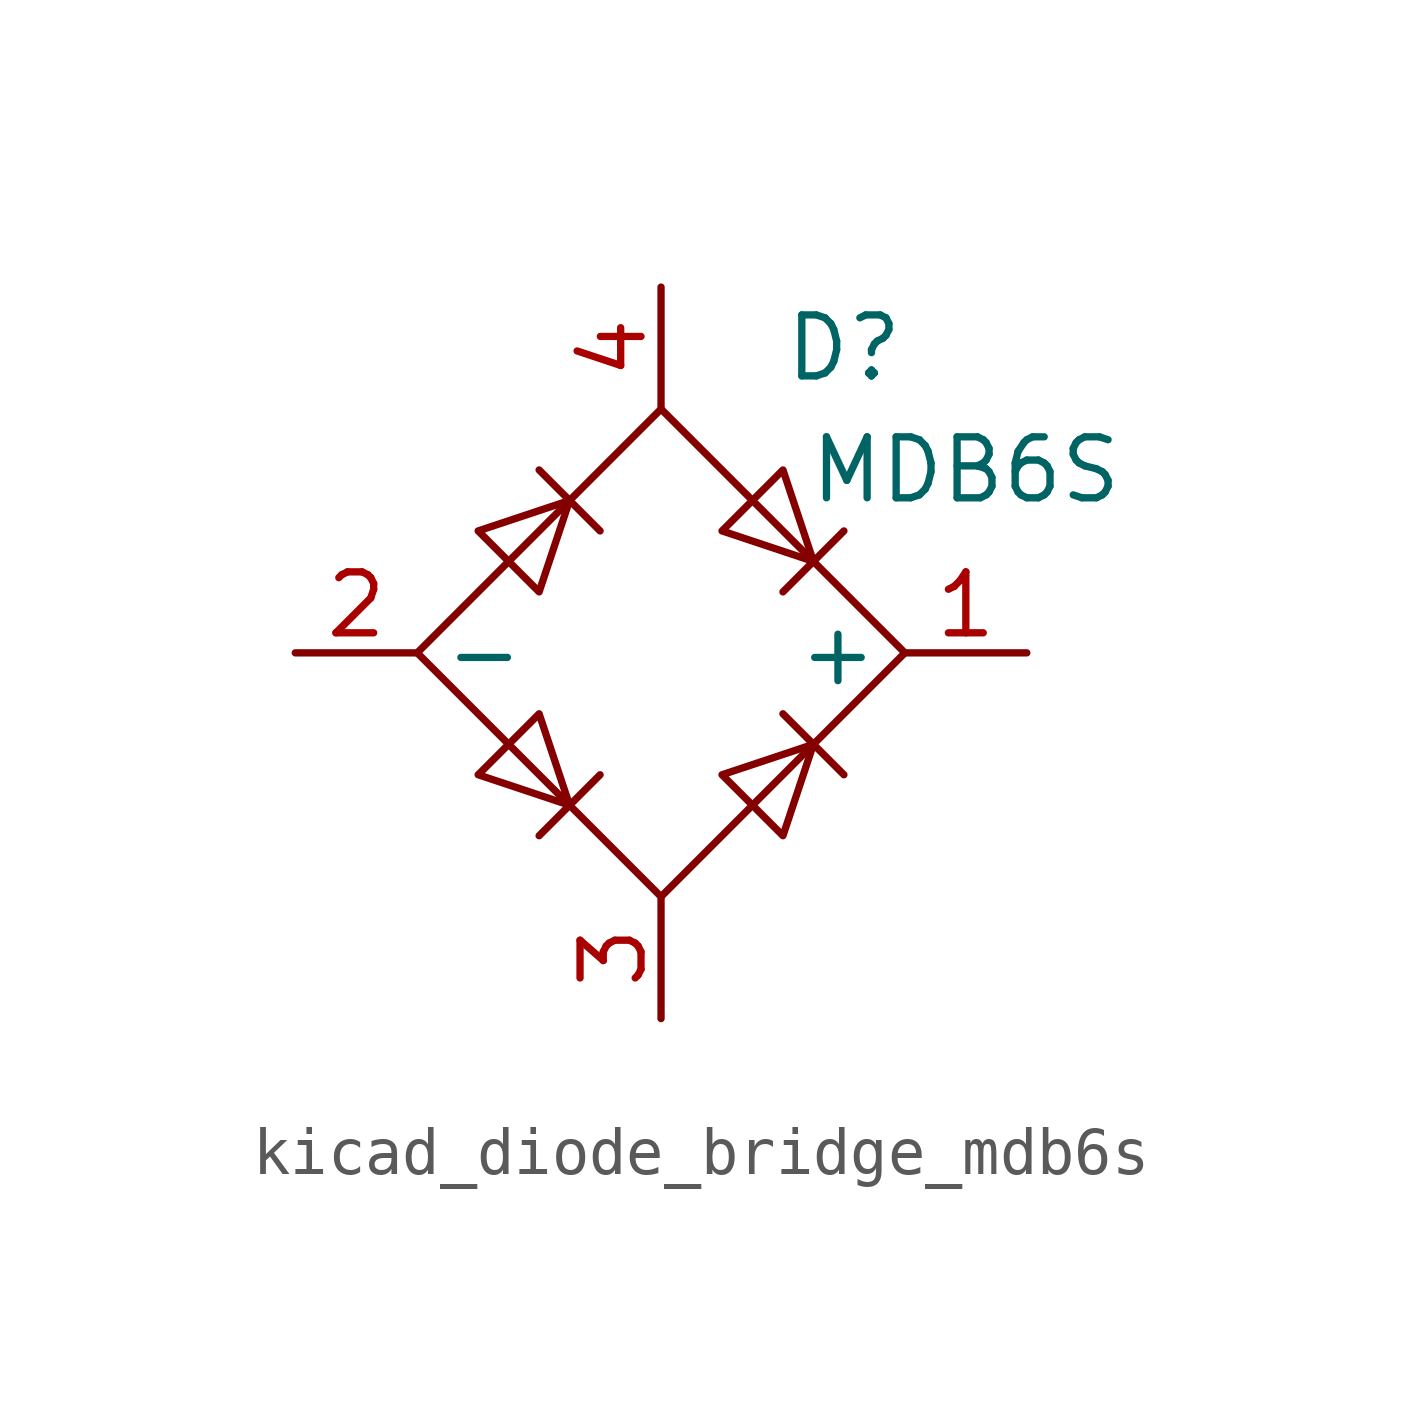
<source format=kicad_sym>
(kicad_symbol_lib
  (version 20220914)
  (generator kicad_symbol_editor)
  (symbol "kicad_diode_bridge_mdb6s"
    (property "Reference" "D"
      (at 3.81 6.35 0)
      (effects (font (size 1.27 1.27))))
    (property "Value" "MDB6S"
      (at 6.35 3.81 0)
      (effects (font (size 1.27 1.27))))
    (symbol "kicad_diode_bridge_mdb6s_1_1"
      (polyline (pts (xy -2.54 3.81) (xy -1.27 2.54)) (stroke (width 0) (type default)) (fill (type none)))
      (polyline (pts (xy -1.27 -2.54) (xy -2.54 -3.81)) (stroke (width 0) (type default)) (fill (type none)))
      (polyline (pts (xy 2.54 -1.27) (xy 3.81 -2.54)) (stroke (width 0) (type default)) (fill (type none)))
      (polyline (pts (xy 2.54 1.27) (xy 3.81 2.54)) (stroke (width 0) (type default)) (fill (type none)))
      (polyline (pts (xy -3.81 2.54) (xy -2.54 1.27) (xy -1.905 3.175) (xy -3.81 2.54)) (stroke (width 0) (type default)) (fill (type none)))
      (polyline (pts (xy -2.54 -1.27) (xy -3.81 -2.54) (xy -1.905 -3.175) (xy -2.54 -1.27)) (stroke (width 0) (type default)) (fill (type none)))
      (polyline (pts (xy 1.27 2.54) (xy 2.54 3.81) (xy 3.175 1.905) (xy 1.27 2.54)) (stroke (width 0) (type default)) (fill (type none)))
      (polyline (pts (xy 3.175 -1.905) (xy 1.27 -2.54) (xy 2.54 -3.81) (xy 3.175 -1.905)) (stroke (width 0) (type default)) (fill (type none)))
      (polyline (pts (xy -5.08 0) (xy 0 -5.08) (xy 5.08 0) (xy 0 5.08) (xy -5.08 0)) (stroke (width 0) (type default)) (fill (type none)))
      (pin passive line (at 7.62 0 180) (length 2.54) (name "+" (effects (font (size 1.27 1.27)))) (number "1" (effects (font (size 1.27 1.27)))))
      (pin passive line (at -7.62 0 0) (length 2.54) (name "-" (effects (font (size 1.27 1.27)))) (number "2" (effects (font (size 1.27 1.27)))))
      (pin passive line (at 0 -7.62 90) (length 2.54) (name "~" (effects (font (size 1.27 1.27)))) (number "3" (effects (font (size 1.27 1.27)))))
      (pin passive line (at 0 7.62 270) (length 2.54) (name "~" (effects (font (size 1.27 1.27)))) (number "4" (effects (font (size 1.27 1.27))))))))
</source>
